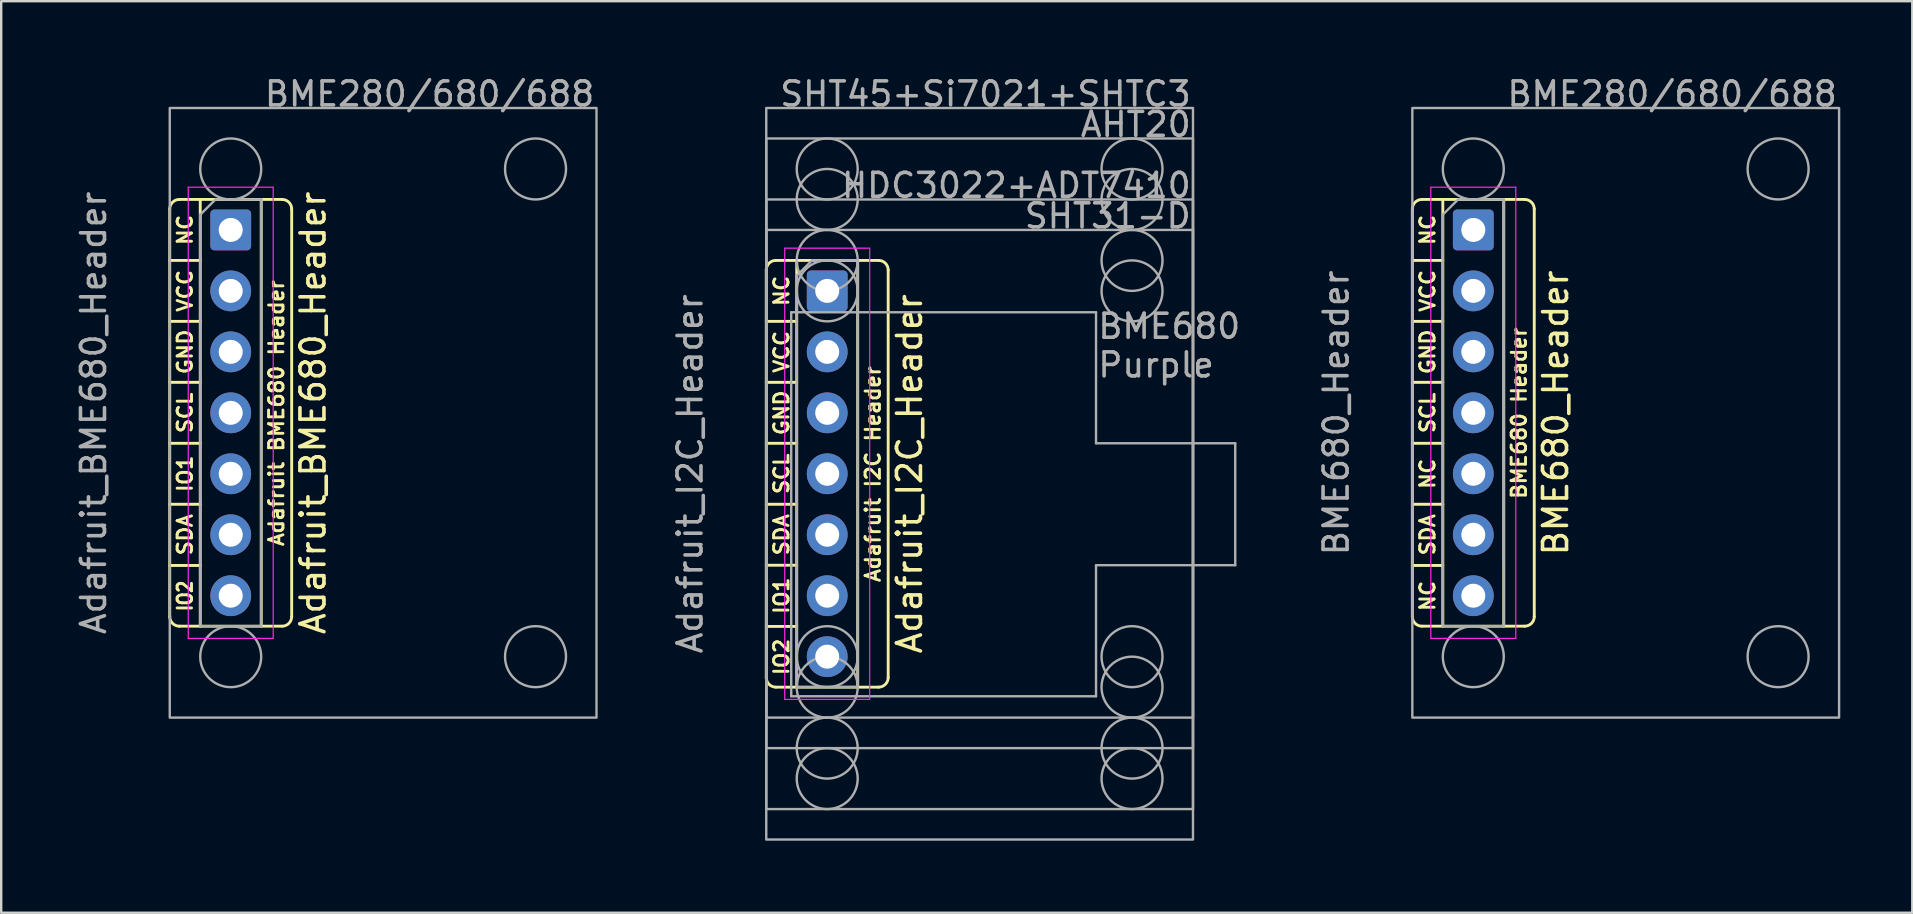
<source format=kicad_pcb>
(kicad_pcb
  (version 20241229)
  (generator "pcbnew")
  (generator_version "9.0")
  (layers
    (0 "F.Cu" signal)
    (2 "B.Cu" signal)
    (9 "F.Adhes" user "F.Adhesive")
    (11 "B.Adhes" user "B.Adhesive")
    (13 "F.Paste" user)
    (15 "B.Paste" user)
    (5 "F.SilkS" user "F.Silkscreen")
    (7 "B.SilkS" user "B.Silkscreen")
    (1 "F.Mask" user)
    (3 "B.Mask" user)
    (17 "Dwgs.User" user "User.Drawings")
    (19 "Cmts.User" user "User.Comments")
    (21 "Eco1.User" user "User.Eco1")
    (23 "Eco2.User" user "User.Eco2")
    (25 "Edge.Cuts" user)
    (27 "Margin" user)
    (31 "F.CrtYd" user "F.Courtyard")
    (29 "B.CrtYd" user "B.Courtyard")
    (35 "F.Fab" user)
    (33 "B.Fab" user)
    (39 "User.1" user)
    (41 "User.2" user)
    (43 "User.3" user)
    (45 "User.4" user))
  (footprint "BME680_Header"
    (layer "F.Cu")
    (at 58.335 14.15)
    (property "Reference" "BME680_Header" (at 3.429 0 270) (layer "F.SilkS") (effects (font (size 1 1) (thickness 0.15))))
    (attr through_hole)
    (fp_line (start -2.54 -6.35) (end -1.27 -6.35) (stroke (width 0.12) (type default)) (layer "F.SilkS"))
    (fp_line (start -2.54 -3.81) (end -1.27 -3.81) (stroke (width 0.12) (type default)) (layer "F.SilkS"))
    (fp_line (start -2.54 -1.27) (end -1.27 -1.27) (stroke (width 0.12) (type default)) (layer "F.SilkS"))
    (fp_line (start -2.54 1.27) (end -1.27 1.27) (stroke (width 0.12) (type default)) (layer "F.SilkS"))
    (fp_line (start -2.54 3.81) (end -1.27 3.81) (stroke (width 0.12) (type default)) (layer "F.SilkS"))
    (fp_line (start -2.54 6.36) (end -1.27 6.36) (stroke (width 0.12) (type default)) (layer "F.SilkS"))
    (fp_line (start -2.54 8.49) (end -2.54 -8.49) (stroke (width 0.12) (type default)) (layer "F.SilkS"))
    (fp_line (start -2.14 -8.89) (end 2.14 -8.89) (stroke (width 0.12) (type default)) (layer "F.SilkS"))
    (fp_line (start -1.27 8.89) (end -1.27 -8.89) (stroke (width 0.12) (type default)) (layer "F.SilkS"))
    (fp_line (start 1.27 -8.89) (end 1.27 8.89) (stroke (width 0.12) (type default)) (layer "F.SilkS"))
    (fp_line (start 2.14 8.89) (end -2.14 8.89) (stroke (width 0.12) (type default)) (layer "F.SilkS"))
    (fp_line (start 2.54 -8.49) (end 2.54 8.49) (stroke (width 0.12) (type default)) (layer "F.SilkS"))
    (fp_arc (start -2.54 -8.49) (mid -2.422843 -8.772843) (end -2.14 -8.89) (stroke (width 0.12) (type default)) (layer "F.SilkS"))
    (fp_arc (start -2.14 8.89) (mid -2.422843 8.772843) (end -2.54 8.49) (stroke (width 0.12) (type default)) (layer "F.SilkS"))
    (fp_arc (start 2.14 -8.89) (mid 2.422843 -8.772843) (end 2.54 -8.49) (stroke (width 0.12) (type default)) (layer "F.SilkS"))
    (fp_arc (start 2.54 8.49) (mid 2.422843 8.772843) (end 2.14 8.89) (stroke (width 0.12) (type default)) (layer "F.SilkS"))
    (fp_line (start -1.77 -9.4) (end -1.77 9.4) (stroke (width 0.05) (type solid)) (layer "F.CrtYd"))
    (fp_line (start -1.77 9.4) (end 1.77 9.4) (stroke (width 0.05) (type solid)) (layer "F.CrtYd"))
    (fp_line (start 1.77 -9.4) (end -1.77 -9.4) (stroke (width 0.05) (type solid)) (layer "F.CrtYd"))
    (fp_line (start 1.77 9.4) (end 1.77 -9.4) (stroke (width 0.05) (type solid)) (layer "F.CrtYd"))
    (fp_line (start -1.27 -8.255) (end -0.635 -8.89) (stroke (width 0.1) (type solid)) (layer "F.Fab"))
    (fp_line (start -1.27 8.89) (end -1.27 -8.255) (stroke (width 0.1) (type solid)) (layer "F.Fab"))
    (fp_line (start -0.635 -8.89) (end 1.27 -8.89) (stroke (width 0.1) (type solid)) (layer "F.Fab"))
    (fp_line (start 1.27 -8.89) (end 1.27 8.89) (stroke (width 0.1) (type solid)) (layer "F.Fab"))
    (fp_line (start 1.27 6.34) (end 1.27 -8.9) (stroke (width 0.1) (type solid)) (layer "F.Fab"))
    (fp_line (start 1.27 8.89) (end -1.27 8.89) (stroke (width 0.1) (type solid)) (layer "F.Fab"))
    (fp_rect (start -2.54 -12.7) (end 15.24 12.7) (stroke (width 0.1) (type default)) (fill no) (layer "F.Fab"))
    (fp_circle (center 0 -10.16) (end 1.27 -10.16) (stroke (width 0.1) (type default)) (fill no) (layer "F.Fab"))
    (fp_circle (center 0 10.16) (end 0 8.89) (stroke (width 0.1) (type default)) (fill no) (layer "F.Fab"))
    (fp_circle (center 12.7 -10.16) (end 12.7 -11.43) (stroke (width 0.1) (type default)) (fill no) (layer "F.Fab"))
    (fp_circle (center 12.7 10.16) (end 12.7 8.89) (stroke (width 0.1) (type default)) (fill no) (layer "F.Fab"))
    (fp_text user "BME680 Header" (at 1.905 0.01 270) (layer "F.SilkS") (effects (font (size 0.6 0.6) (thickness 0.12) (bold yes))))
    (fp_text user "NC" (at -1.905 -7.62 270) (layer "F.SilkS") (effects (font (size 0.6 0.6) (thickness 0.12))))
    (fp_text user "NC" (at -1.905 7.63 270) (layer "F.SilkS") (effects (font (size 0.6 0.6) (thickness 0.12))))
    (fp_text user "SDA" (at -1.905 5.08 270) (layer "F.SilkS") (effects (font (size 0.6 0.6) (thickness 0.12))))
    (fp_text user "SCL" (at -1.905 0 270) (layer "F.SilkS") (effects (font (size 0.6 0.6) (thickness 0.12))))
    (fp_text user "NC" (at -1.905 2.54 270) (layer "F.SilkS") (effects (font (size 0.6 0.6) (thickness 0.12))))
    (fp_text user "GND" (at -1.905 -2.54 270) (layer "F.SilkS") (effects (font (size 0.6 0.6) (thickness 0.12))))
    (fp_text user "VCC" (at -1.905 -5.08 270) (layer "F.SilkS") (effects (font (size 0.6 0.6) (thickness 0.12))))
    (fp_text user "BME280/680/688" (at 15.24 -12.7 0) (unlocked yes) (layer "F.Fab") (effects (font (size 1 1) (thickness 0.15)) (justify right bottom)))
    (fp_text user "${REFERENCE}" (at -5.715 0 270) (layer "F.Fab") (effects (font (size 1 1) (thickness 0.15))))
    (pad "1" thru_hole roundrect (at 0 -7.62) (size 1.7 1.7) (drill 1) (layers "*.Cu" "*.Mask") (roundrect_rratio 0.1))
    (pad "2" thru_hole circle (at 0 -5.08) (size 1.7 1.7) (drill 1) (layers "*.Cu" "*.Mask"))
    (pad "3" thru_hole circle (at 0 -2.54) (size 1.7 1.7) (drill 1) (layers "*.Cu" "*.Mask"))
    (pad "4" thru_hole circle (at 0 0) (size 1.7 1.7) (drill 1) (layers "*.Cu" "*.Mask"))
    (pad "5" thru_hole circle (at 0 2.54) (size 1.7 1.7) (drill 1) (layers "*.Cu" "*.Mask"))
    (pad "6" thru_hole circle (at 0 5.08) (size 1.7 1.7) (drill 1) (layers "*.Cu" "*.Mask"))
    (pad "7" thru_hole circle (at 0 7.62) (size 1.7 1.7) (drill 1) (layers "*.Cu" "*.Mask")))
  (footprint "Adafruit_I2C_Header"
    (layer "F.Cu")
    (at 31.416 16.69)
    (property "Reference" "Adafruit_I2C_Header" (at 3.429 0 270) (layer "F.SilkS") (effects (font (size 1 1) (thickness 0.15))))
    (attr through_hole)
    (fp_line (start -2.54 -6.35) (end -1.27 -6.35) (stroke (width 0.12) (type default)) (layer "F.SilkS"))
    (fp_line (start -2.54 -3.81) (end -1.27 -3.81) (stroke (width 0.12) (type default)) (layer "F.SilkS"))
    (fp_line (start -2.54 -1.27) (end -1.27 -1.27) (stroke (width 0.12) (type default)) (layer "F.SilkS"))
    (fp_line (start -2.54 1.27) (end -1.27 1.27) (stroke (width 0.12) (type default)) (layer "F.SilkS"))
    (fp_line (start -2.54 3.81) (end -1.27 3.81) (stroke (width 0.12) (type default)) (layer "F.SilkS"))
    (fp_line (start -2.54 6.36) (end -1.27 6.36) (stroke (width 0.12) (type default)) (layer "F.SilkS"))
    (fp_line (start -2.54 8.49) (end -2.54 -8.49) (stroke (width 0.12) (type default)) (layer "F.SilkS"))
    (fp_line (start -2.14 -8.89) (end 2.14 -8.89) (stroke (width 0.12) (type default)) (layer "F.SilkS"))
    (fp_line (start -1.27 -8.89) (end -1.27 8.89) (stroke (width 0.12) (type default)) (layer "F.SilkS"))
    (fp_line (start 1.27 -8.89) (end 1.27 8.89) (stroke (width 0.12) (type default)) (layer "F.SilkS"))
    (fp_line (start 2.14 8.89) (end -2.14 8.89) (stroke (width 0.12) (type default)) (layer "F.SilkS"))
    (fp_line (start 2.54 -8.49) (end 2.54 8.49) (stroke (width 0.12) (type default)) (layer "F.SilkS"))
    (fp_arc (start -2.54 -8.49) (mid -2.422843 -8.772843) (end -2.14 -8.89) (stroke (width 0.12) (type default)) (layer "F.SilkS"))
    (fp_arc (start -2.14 8.89) (mid -2.422843 8.772843) (end -2.54 8.49) (stroke (width 0.12) (type default)) (layer "F.SilkS"))
    (fp_arc (start 2.14 -8.89) (mid 2.422843 -8.772843) (end 2.54 -8.49) (stroke (width 0.12) (type default)) (layer "F.SilkS"))
    (fp_arc (start 2.54 8.49) (mid 2.422843 8.772843) (end 2.14 8.89) (stroke (width 0.12) (type default)) (layer "F.SilkS"))
    (fp_line (start -1.77 -9.4) (end -1.77 9.4) (stroke (width 0.05) (type solid)) (layer "F.CrtYd"))
    (fp_line (start -1.77 9.4) (end 1.77 9.4) (stroke (width 0.05) (type solid)) (layer "F.CrtYd"))
    (fp_line (start 1.77 -9.4) (end -1.77 -9.4) (stroke (width 0.05) (type solid)) (layer "F.CrtYd"))
    (fp_line (start 1.77 9.4) (end 1.77 -9.4) (stroke (width 0.05) (type solid)) (layer "F.CrtYd"))
    (fp_line (start -1.5 -6.73) (end 11.2 -6.73) (stroke (width 0.1) (type default)) (layer "F.Fab"))
    (fp_line (start -1.5 9.27) (end -1.5 -6.73) (stroke (width 0.1) (type default)) (layer "F.Fab"))
    (fp_line (start -1.27 -8.255) (end -0.635 -8.89) (stroke (width 0.1) (type solid)) (layer "F.Fab"))
    (fp_line (start -1.27 8.89) (end -1.27 -8.255) (stroke (width 0.1) (type solid)) (layer "F.Fab"))
    (fp_line (start -0.635 -8.89) (end 1.27 -8.89) (stroke (width 0.1) (type solid)) (layer "F.Fab"))
    (fp_line (start 1.27 -8.89) (end 1.27 8.89) (stroke (width 0.1) (type solid)) (layer "F.Fab"))
    (fp_line (start 1.27 8.89) (end -1.27 8.89) (stroke (width 0.1) (type solid)) (layer "F.Fab"))
    (fp_line (start 11.2 -1.27) (end 11.2 -6.73) (stroke (width 0.1) (type default)) (layer "F.Fab"))
    (fp_line (start 11.2 3.81) (end 11.2 9.27) (stroke (width 0.1) (type default)) (layer "F.Fab"))
    (fp_line (start 11.2 9.27) (end -1.5 9.27) (stroke (width 0.1) (type default)) (layer "F.Fab"))
    (fp_line (start 17 -1.27) (end 11.2 -1.27) (stroke (width 0.1) (type default)) (layer "F.Fab"))
    (fp_line (start 17 -1.27) (end 17 3.81) (stroke (width 0.1) (type default)) (layer "F.Fab"))
    (fp_line (start 17 3.81) (end 11.2 3.81) (stroke (width 0.1) (type default)) (layer "F.Fab"))
    (fp_rect (start -2.54 -15.24) (end 15.24 10.16) (stroke (width 0.1) (type default)) (fill no) (layer "F.Fab"))
    (fp_rect (start -2.54 -13.97) (end 15.24 11.43) (stroke (width 0.1) (type default)) (fill no) (layer "F.Fab"))
    (fp_rect (start -2.54 -11.43) (end 15.24 13.97) (stroke (width 0.1) (type default)) (fill no) (layer "F.Fab"))
    (fp_rect (start -2.54 -10.16) (end 15.24 15.24) (stroke (width 0.1) (type default)) (fill no) (layer "F.Fab"))
    (fp_circle (center 0 -12.7) (end 1.27 -12.7) (stroke (width 0.1) (type default)) (fill no) (layer "F.Fab"))
    (fp_circle (center 0 -11.43) (end 1.27 -11.43) (stroke (width 0.1) (type default)) (fill no) (layer "F.Fab"))
    (fp_circle (center 0 -8.89) (end 1.27 -8.89) (stroke (width 0.1) (type default)) (fill no) (layer "F.Fab"))
    (fp_circle (center 0 -7.62) (end 1.27 -7.62) (stroke (width 0.1) (type default)) (fill no) (layer "F.Fab"))
    (fp_circle (center 0 7.62) (end 0 6.35) (stroke (width 0.1) (type default)) (fill no) (layer "F.Fab"))
    (fp_circle (center 0 8.89) (end 0 7.62) (stroke (width 0.1) (type default)) (fill no) (layer "F.Fab"))
    (fp_circle (center 0 11.43) (end 0 10.16) (stroke (width 0.1) (type default)) (fill no) (layer "F.Fab"))
    (fp_circle (center 0 12.7) (end 0 11.43) (stroke (width 0.1) (type default)) (fill no) (layer "F.Fab"))
    (fp_circle (center 12.7 -12.7) (end 12.7 -13.97) (stroke (width 0.1) (type default)) (fill no) (layer "F.Fab"))
    (fp_circle (center 12.7 -11.43) (end 12.7 -12.7) (stroke (width 0.1) (type default)) (fill no) (layer "F.Fab"))
    (fp_circle (center 12.7 -8.89) (end 12.7 -10.16) (stroke (width 0.1) (type default)) (fill no) (layer "F.Fab"))
    (fp_circle (center 12.7 -7.62) (end 12.7 -8.89) (stroke (width 0.1) (type default)) (fill no) (layer "F.Fab"))
    (fp_circle (center 12.7 7.62) (end 12.7 6.35) (stroke (width 0.1) (type default)) (fill no) (layer "F.Fab"))
    (fp_circle (center 12.7 8.89) (end 12.7 7.62) (stroke (width 0.1) (type default)) (fill no) (layer "F.Fab"))
    (fp_circle (center 12.7 11.43) (end 12.7 10.16) (stroke (width 0.1) (type default)) (fill no) (layer "F.Fab"))
    (fp_circle (center 12.7 12.7) (end 12.7 11.43) (stroke (width 0.1) (type default)) (fill no) (layer "F.Fab"))
    (fp_text user "IO1" (at -1.905 5.08 90) (layer "F.SilkS") (effects (font (size 0.6 0.6) (thickness 0.12))))
    (fp_text user "VCC" (at -1.905 -5.08 90) (layer "F.SilkS") (effects (font (size 0.6 0.6) (thickness 0.12))))
    (fp_text user "IO2" (at -1.905 7.63 90) (layer "F.SilkS") (effects (font (size 0.6 0.6) (thickness 0.12))))
    (fp_text user "Adafruit I2C Header" (at 1.905 0.01 90) (layer "F.SilkS") (effects (font (size 0.6 0.6) (thickness 0.12) (bold yes))))
    (fp_text user "NC" (at -1.905 -7.62 90) (layer "F.SilkS") (effects (font (size 0.6 0.6) (thickness 0.12))))
    (fp_text user "SCL" (at -1.905 0 90) (layer "F.SilkS") (effects (font (size 0.6 0.6) (thickness 0.12))))
    (fp_text user "GND" (at -1.905 -2.54 90) (layer "F.SilkS") (effects (font (size 0.6 0.6) (thickness 0.12))))
    (fp_text user "SDA" (at -1.905 2.54 90) (layer "F.SilkS") (effects (font (size 0.6 0.6) (thickness 0.12))))
    (fp_text user "AHT20" (at 15.24 -13.97 0) (unlocked yes) (layer "F.Fab") (effects (font (size 1 1) (thickness 0.15)) (justify right bottom)))
    (fp_text user "SHT31-D" (at 15.24 -10.16 0) (unlocked yes) (layer "F.Fab") (effects (font (size 1 1) (thickness 0.15)) (justify right bottom)))
    (fp_text user "SHT45+Si7021+SHTC3" (at 15.24 -15.24 0) (unlocked yes) (layer "F.Fab") (effects (font (size 1 1) (thickness 0.15)) (justify right bottom)))
    (fp_text user "${REFERENCE}" (at -5.715 0 270) (layer "F.Fab") (effects (font (size 1 1) (thickness 0.15))))
    (fp_text user "HDC3022+ADT7410" (at 15.24 -11.43 0) (unlocked yes) (layer "F.Fab") (effects (font (size 1 1) (thickness 0.15)) (justify right bottom)))
    (fp_text user "BME680\nPurple" (at 11.2 -6.73 0) (unlocked yes) (layer "F.Fab") (effects (font (size 1 1) (thickness 0.15)) (justify left top)))
    (pad "1" thru_hole roundrect (at 0 -7.62) (size 1.7 1.7) (drill 1) (layers "*.Cu" "*.Mask") (roundrect_rratio 0.1))
    (pad "2" thru_hole circle (at 0 -5.08) (size 1.7 1.7) (drill 1) (layers "*.Cu" "*.Mask"))
    (pad "3" thru_hole circle (at 0 -2.54) (size 1.7 1.7) (drill 1) (layers "*.Cu" "*.Mask"))
    (pad "4" thru_hole circle (at 0 0) (size 1.7 1.7) (drill 1) (layers "*.Cu" "*.Mask"))
    (pad "5" thru_hole circle (at 0 2.54) (size 1.7 1.7) (drill 1) (layers "*.Cu" "*.Mask"))
    (pad "6" thru_hole circle (at 0 5.08) (size 1.7 1.7) (drill 1) (layers "*.Cu" "*.Mask"))
    (pad "7" thru_hole circle (at 0 7.62) (size 1.7 1.7) (drill 1) (layers "*.Cu" "*.Mask")))
  (footprint "Adafruit_BME680_Header"
    (layer "F.Cu")
    (at 6.563 14.15)
    (property "Reference" "Adafruit_BME680_Header" (at 3.429 0 90) (unlocked yes) (layer "F.SilkS") (effects (font (size 1 1) (thickness 0.15))))
    (attr through_hole)
    (fp_line (start -2.54 -6.35) (end -1.27 -6.35) (stroke (width 0.12) (type default)) (layer "F.SilkS"))
    (fp_line (start -2.54 -3.81) (end -1.27 -3.81) (stroke (width 0.12) (type default)) (layer "F.SilkS"))
    (fp_line (start -2.54 -1.27) (end -1.27 -1.27) (stroke (width 0.12) (type default)) (layer "F.SilkS"))
    (fp_line (start -2.54 1.27) (end -1.27 1.27) (stroke (width 0.12) (type default)) (layer "F.SilkS"))
    (fp_line (start -2.54 3.81) (end -1.27 3.81) (stroke (width 0.12) (type default)) (layer "F.SilkS"))
    (fp_line (start -2.54 6.36) (end -1.27 6.36) (stroke (width 0.12) (type default)) (layer "F.SilkS"))
    (fp_line (start -2.54 8.49) (end -2.54 -8.49) (stroke (width 0.12) (type default)) (layer "F.SilkS"))
    (fp_line (start -2.14 -8.89) (end 2.14 -8.89) (stroke (width 0.12) (type default)) (layer "F.SilkS"))
    (fp_line (start -1.27 8.89) (end -1.27 -8.89) (stroke (width 0.12) (type default)) (layer "F.SilkS"))
    (fp_line (start 1.27 -8.89) (end 1.27 8.89) (stroke (width 0.12) (type default)) (layer "F.SilkS"))
    (fp_line (start 2.14 8.89) (end -2.14 8.89) (stroke (width 0.12) (type default)) (layer "F.SilkS"))
    (fp_line (start 2.54 -8.49) (end 2.54 8.49) (stroke (width 0.12) (type default)) (layer "F.SilkS"))
    (fp_arc (start -2.54 -8.49) (mid -2.422843 -8.772843) (end -2.14 -8.89) (stroke (width 0.12) (type default)) (layer "F.SilkS"))
    (fp_arc (start -2.14 8.89) (mid -2.422843 8.772843) (end -2.54 8.49) (stroke (width 0.12) (type default)) (layer "F.SilkS"))
    (fp_arc (start 2.14 -8.89) (mid 2.422843 -8.772843) (end 2.54 -8.49) (stroke (width 0.12) (type default)) (layer "F.SilkS"))
    (fp_arc (start 2.54 8.49) (mid 2.422843 8.772843) (end 2.14 8.89) (stroke (width 0.12) (type default)) (layer "F.SilkS"))
    (fp_line (start -1.77 -9.4) (end -1.77 9.4) (stroke (width 0.05) (type solid)) (layer "F.CrtYd"))
    (fp_line (start -1.77 9.4) (end 1.77 9.4) (stroke (width 0.05) (type solid)) (layer "F.CrtYd"))
    (fp_line (start 1.77 -9.4) (end -1.77 -9.4) (stroke (width 0.05) (type solid)) (layer "F.CrtYd"))
    (fp_line (start 1.77 9.4) (end 1.77 -9.4) (stroke (width 0.05) (type solid)) (layer "F.CrtYd"))
    (fp_line (start -1.27 -8.255) (end -0.635 -8.89) (stroke (width 0.1) (type solid)) (layer "F.Fab"))
    (fp_line (start -1.27 8.89) (end -1.27 -8.255) (stroke (width 0.1) (type solid)) (layer "F.Fab"))
    (fp_line (start -0.635 -8.89) (end 1.27 -8.89) (stroke (width 0.1) (type solid)) (layer "F.Fab"))
    (fp_line (start 1.27 -8.89) (end 1.27 8.89) (stroke (width 0.1) (type solid)) (layer "F.Fab"))
    (fp_line (start 1.27 6.34) (end 1.27 -8.9) (stroke (width 0.1) (type solid)) (layer "F.Fab"))
    (fp_line (start 1.27 8.89) (end -1.27 8.89) (stroke (width 0.1) (type solid)) (layer "F.Fab"))
    (fp_rect (start -2.54 -12.7) (end 15.24 12.7) (stroke (width 0.1) (type default)) (fill no) (layer "F.Fab"))
    (fp_circle (center 0 -10.16) (end 1.27 -10.16) (stroke (width 0.1) (type default)) (fill no) (layer "F.Fab"))
    (fp_circle (center 0 10.16) (end 0 8.89) (stroke (width 0.1) (type default)) (fill no) (layer "F.Fab"))
    (fp_circle (center 12.7 -10.16) (end 12.7 -11.43) (stroke (width 0.1) (type default)) (fill no) (layer "F.Fab"))
    (fp_circle (center 12.7 10.16) (end 12.7 8.89) (stroke (width 0.1) (type default)) (fill no) (layer "F.Fab"))
    (fp_text user "VCC" (at -1.905 -5.08 90) (unlocked yes) (layer "F.SilkS") (effects (font (size 0.6 0.6) (thickness 0.12))))
    (fp_text user "NC" (at -1.905 -7.62 90) (unlocked yes) (layer "F.SilkS") (effects (font (size 0.6 0.6) (thickness 0.12))))
    (fp_text user "SCL" (at -1.905 0 90) (unlocked yes) (layer "F.SilkS") (effects (font (size 0.6 0.6) (thickness 0.12))))
    (fp_text user "IO1" (at -1.905 2.54 90) (unlocked yes) (layer "F.SilkS") (effects (font (size 0.6 0.6) (thickness 0.12))))
    (fp_text user "SDA" (at -1.905 5.08 90) (unlocked yes) (layer "F.SilkS") (effects (font (size 0.6 0.6) (thickness 0.12))))
    (fp_text user "GND" (at -1.905 -2.54 90) (unlocked yes) (layer "F.SilkS") (effects (font (size 0.6 0.6) (thickness 0.12))))
    (fp_text user "Adafruit BME680 Header" (at 1.905 0.01 90) (unlocked yes) (layer "F.SilkS") (effects (font (size 0.6 0.6) (thickness 0.12) (bold yes))))
    (fp_text user "IO2" (at -1.905 7.63 90) (unlocked yes) (layer "F.SilkS") (effects (font (size 0.6 0.5) (thickness 0.12))))
    (fp_text user "BME280/680/688" (at 15.24 -12.7 0) (unlocked yes) (layer "F.Fab") (effects (font (size 1 1) (thickness 0.15)) (justify right bottom)))
    (fp_text user "${REFERENCE}" (at -5.715 0 270) (layer "F.Fab") (effects (font (size 1 1) (thickness 0.15))))
    (pad "1" thru_hole roundrect (at 0 -7.62) (size 1.7 1.7) (drill 1) (layers "*.Cu" "*.Mask") (roundrect_rratio 0.1))
    (pad "2" thru_hole circle (at 0 -5.08) (size 1.7 1.7) (drill 1) (layers "*.Cu" "*.Mask"))
    (pad "3" thru_hole circle (at 0 -2.54) (size 1.7 1.7) (drill 1) (layers "*.Cu" "*.Mask"))
    (pad "4" thru_hole circle (at 0 0) (size 1.7 1.7) (drill 1) (layers "*.Cu" "*.Mask"))
    (pad "5" thru_hole circle (at 0 2.54) (size 1.7 1.7) (drill 1) (layers "*.Cu" "*.Mask"))
    (pad "6" thru_hole circle (at 0 5.08) (size 1.7 1.7) (drill 1) (layers "*.Cu" "*.Mask"))
    (pad "7" thru_hole circle (at 0 7.62) (size 1.7 1.7) (drill 1) (layers "*.Cu" "*.Mask")))
  (gr_rect
    (start -3 -3)
    (end 76.625 34.98)
    (stroke (width 0.1) (type default))
    (fill no)
    (layer "Edge.Cuts")))
</source>
